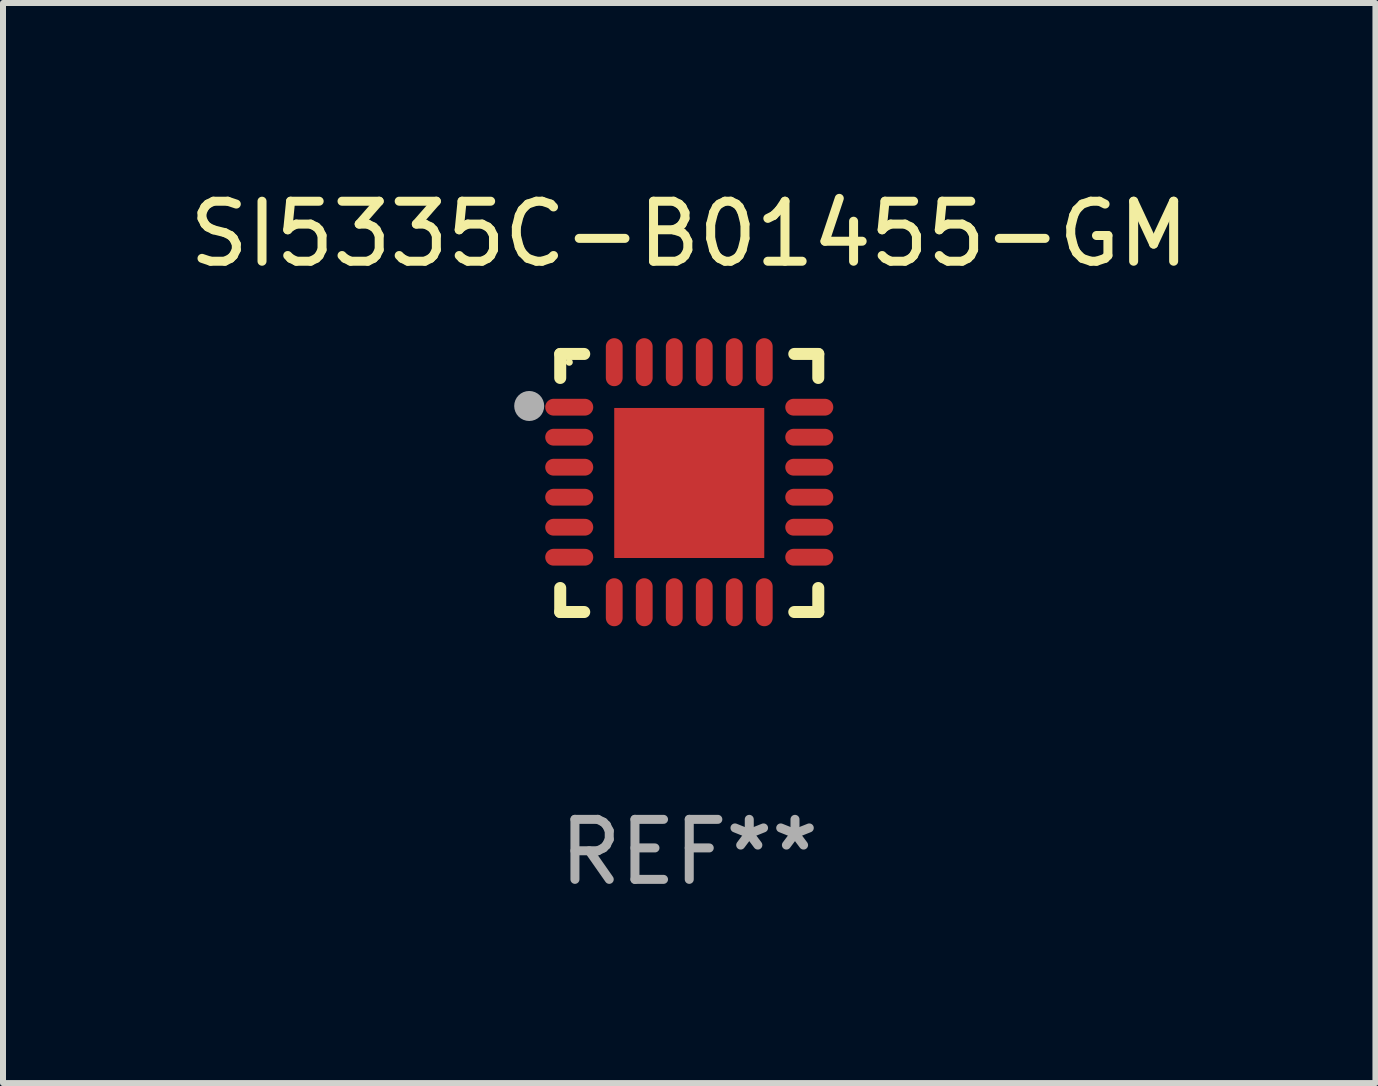
<source format=kicad_pcb>
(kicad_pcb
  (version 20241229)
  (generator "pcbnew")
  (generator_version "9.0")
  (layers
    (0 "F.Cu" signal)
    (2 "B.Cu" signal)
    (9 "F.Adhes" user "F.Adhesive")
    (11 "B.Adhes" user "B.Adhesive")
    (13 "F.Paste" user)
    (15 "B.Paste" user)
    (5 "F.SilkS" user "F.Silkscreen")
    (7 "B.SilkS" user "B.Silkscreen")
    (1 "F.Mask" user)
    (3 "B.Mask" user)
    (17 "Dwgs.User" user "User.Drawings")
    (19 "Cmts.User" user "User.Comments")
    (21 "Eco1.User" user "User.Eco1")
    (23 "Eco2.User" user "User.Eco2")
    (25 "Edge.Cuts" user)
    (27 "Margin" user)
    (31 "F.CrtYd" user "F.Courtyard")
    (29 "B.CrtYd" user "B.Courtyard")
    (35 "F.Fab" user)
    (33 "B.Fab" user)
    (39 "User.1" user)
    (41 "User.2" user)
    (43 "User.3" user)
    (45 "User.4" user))
  (footprint "SI5335C-B01455-GM"
    (layer "F.Cu")
    (at 8.435 4.998)
    (property "Reference" "SI5335C-B01455-GM" (at 0 -4.15 0) (layer "F.SilkS") (effects (font (size 1 1) (thickness 0.15))))
    (attr through_hole)
    (fp_line (start -2.15 -2.15) (end -1.75 -2.15) (stroke (width 0.2) (type solid)) (layer "F.SilkS"))
    (fp_line (start -2.15 -1.75) (end -2.15 -2.15) (stroke (width 0.2) (type solid)) (layer "F.SilkS"))
    (fp_line (start -2.15 2.15) (end -2.15 1.75) (stroke (width 0.2) (type solid)) (layer "F.SilkS"))
    (fp_line (start -1.75 2.15) (end -2.15 2.15) (stroke (width 0.2) (type solid)) (layer "F.SilkS"))
    (fp_line (start 1.75 -2.15) (end 2.15 -2.15) (stroke (width 0.2) (type solid)) (layer "F.SilkS"))
    (fp_line (start 1.75 2.15) (end 2.15 2.15) (stroke (width 0.2) (type solid)) (layer "F.SilkS"))
    (fp_line (start 2.15 -2.15) (end 2.15 -1.75) (stroke (width 0.2) (type solid)) (layer "F.SilkS"))
    (fp_line (start 2.15 2.15) (end 2.15 1.75) (stroke (width 0.2) (type solid)) (layer "F.SilkS"))
    (fp_circle (center -2 -2.013) (end -1.97 -2.013) (stroke (width 0.06) (type solid)) (fill no) (layer "F.SilkS"))
    (fp_circle (center -2.667 -1.283) (end -2.542 -1.283) (stroke (width 0.25) (type solid)) (fill no) (layer "F.Fab"))
    (fp_text user "REF**" (at 0 6.15 0) (layer "F.Fab") (effects (font (size 1 1) (thickness 0.15))))
    (pad "1" smd oval (at -2 -1.263) (size 0.8 0.28) (layers "F.Cu" "F.Mask" "F.Paste"))
    (pad "2" smd oval (at -2 -0.763) (size 0.8 0.28) (layers "F.Cu" "F.Mask" "F.Paste"))
    (pad "3" smd oval (at -2 -0.263) (size 0.8 0.28) (layers "F.Cu" "F.Mask" "F.Paste"))
    (pad "4" smd oval (at -2 0.237) (size 0.8 0.28) (layers "F.Cu" "F.Mask" "F.Paste"))
    (pad "5" smd oval (at -2 0.737) (size 0.8 0.28) (layers "F.Cu" "F.Mask" "F.Paste"))
    (pad "6" smd oval (at -2 1.237) (size 0.8 0.28) (layers "F.Cu" "F.Mask" "F.Paste"))
    (pad "7" smd oval (at -1.25 1.987) (size 0.28 0.8) (layers "F.Cu" "F.Mask" "F.Paste"))
    (pad "8" smd oval (at -0.75 1.987) (size 0.28 0.8) (layers "F.Cu" "F.Mask" "F.Paste"))
    (pad "9" smd oval (at -0.25 1.987) (size 0.28 0.8) (layers "F.Cu" "F.Mask" "F.Paste"))
    (pad "10" smd oval (at 0.25 1.987) (size 0.28 0.8) (layers "F.Cu" "F.Mask" "F.Paste"))
    (pad "11" smd oval (at 0.75 1.987) (size 0.28 0.8) (layers "F.Cu" "F.Mask" "F.Paste"))
    (pad "12" smd oval (at 1.25 1.987) (size 0.28 0.8) (layers "F.Cu" "F.Mask" "F.Paste"))
    (pad "13" smd oval (at 2 1.237) (size 0.8 0.28) (layers "F.Cu" "F.Mask" "F.Paste"))
    (pad "14" smd oval (at 2 0.737) (size 0.8 0.28) (layers "F.Cu" "F.Mask" "F.Paste"))
    (pad "15" smd oval (at 2 0.237) (size 0.8 0.28) (layers "F.Cu" "F.Mask" "F.Paste"))
    (pad "16" smd oval (at 2 -0.263) (size 0.8 0.28) (layers "F.Cu" "F.Mask" "F.Paste"))
    (pad "17" smd oval (at 2 -0.763) (size 0.8 0.28) (layers "F.Cu" "F.Mask" "F.Paste"))
    (pad "18" smd oval (at 2 -1.263) (size 0.8 0.28) (layers "F.Cu" "F.Mask" "F.Paste"))
    (pad "19" smd oval (at 1.25 -2.013) (size 0.28 0.8) (layers "F.Cu" "F.Mask" "F.Paste"))
    (pad "20" smd oval (at 0.75 -2.013) (size 0.28 0.8) (layers "F.Cu" "F.Mask" "F.Paste"))
    (pad "21" smd oval (at 0.25 -2.013) (size 0.28 0.8) (layers "F.Cu" "F.Mask" "F.Paste"))
    (pad "22" smd oval (at -0.25 -2.013) (size 0.28 0.8) (layers "F.Cu" "F.Mask" "F.Paste"))
    (pad "23" smd oval (at -0.75 -2.013) (size 0.28 0.8) (layers "F.Cu" "F.Mask" "F.Paste"))
    (pad "24" smd oval (at -1.25 -2.013) (size 0.28 0.8) (layers "F.Cu" "F.Mask" "F.Paste"))
    (pad "25" smd rect (at -0.000127 -0.00014) (size 2.5 2.5) (layers "F.Cu" "F.Mask" "F.Paste")))
  (gr_rect
    (start -3 -3)
    (end 19.869 14.997)
    (stroke (width 0.1) (type default))
    (fill no)
    (layer "Edge.Cuts")))
</source>
